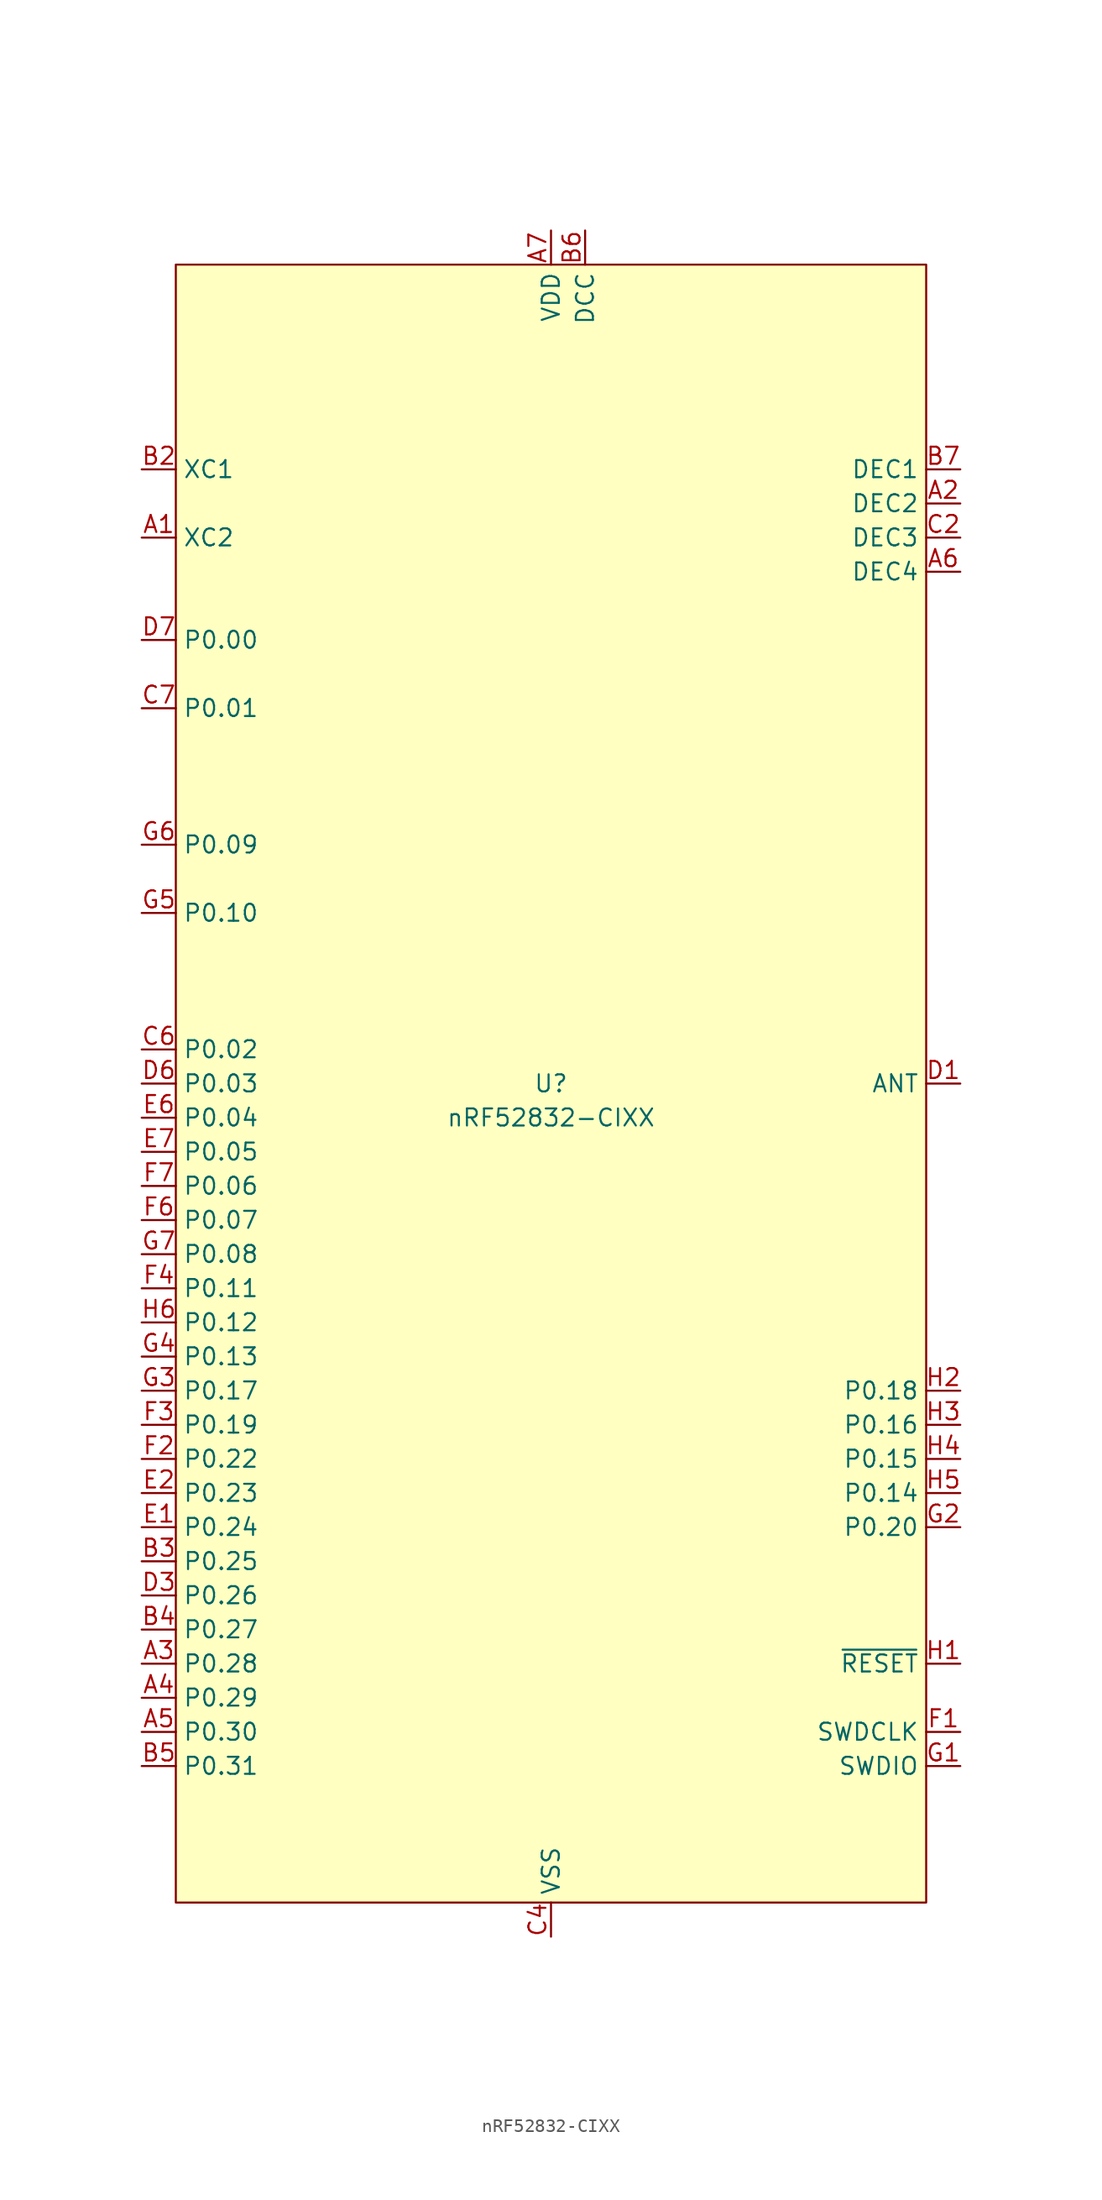
<source format=kicad_sym>
(kicad_symbol_lib
  (version 20241209)
  (generator "kicad_symbol_editor")
  (generator_version "9.0")
  (symbol "nRF52832-CIXX"
    (property "Reference" "U"
      (at 0 0 0)
      (do_not_autoplace)
      (effects (font (size 1.27 1.27))))
    (property "Value" "nRF52832-CIXX"
      (at 0 -2.54 0)
      (do_not_autoplace)
      (effects (font (size 1.27 1.27))))
    (symbol "nRF52832-CIXX_0_0"
      (pin input line (at -30.48 45.72 0) (length 2.54) (name "XC1" (effects (font (size 1.27 1.27)))) (number "B2" (effects (font (size 1.27 1.27)))))
      (pin input line (at -30.48 40.64 0) (length 2.54) (name "XC2" (effects (font (size 1.27 1.27)))) (number "A1" (effects (font (size 1.27 1.27)))))
      (pin bidirectional line (at -30.48 -7.62 0) (length 2.54) (name "P0.06" (effects (font (size 1.27 1.27)))) (number "F7" (effects (font (size 1.27 1.27)))))
      (pin bidirectional line (at -30.48 -10.16 0) (length 2.54) (name "P0.07" (effects (font (size 1.27 1.27)))) (number "F6" (effects (font (size 1.27 1.27)))))
      (pin bidirectional line (at -30.48 -12.7 0) (length 2.54) (name "P0.08" (effects (font (size 1.27 1.27)))) (number "G7" (effects (font (size 1.27 1.27)))))
      (pin bidirectional line (at -30.48 -15.24 0) (length 2.54) (name "P0.11" (effects (font (size 1.27 1.27)))) (number "F4" (effects (font (size 1.27 1.27)))))
      (pin bidirectional line (at -30.48 -17.78 0) (length 2.54) (name "P0.12" (effects (font (size 1.27 1.27)))) (number "H6" (effects (font (size 1.27 1.27)))))
      (pin bidirectional line (at -30.48 -20.32 0) (length 2.54) (name "P0.13" (effects (font (size 1.27 1.27)))) (number "G4" (effects (font (size 1.27 1.27)))))
      (pin bidirectional line (at -30.48 -22.86 0) (length 2.54) (name "P0.17" (effects (font (size 1.27 1.27)))) (number "G3" (effects (font (size 1.27 1.27)))))
      (pin bidirectional line (at -30.48 -25.4 0) (length 2.54) (name "P0.19" (effects (font (size 1.27 1.27)))) (number "F3" (effects (font (size 1.27 1.27)))))
      (pin bidirectional line (at -30.48 -27.94 0) (length 2.54) (name "P0.22" (effects (font (size 1.27 1.27)))) (number "F2" (effects (font (size 1.27 1.27)))))
      (pin bidirectional line (at -30.48 -30.48 0) (length 2.54) (name "P0.23" (effects (font (size 1.27 1.27)))) (number "E2" (effects (font (size 1.27 1.27)))))
      (pin bidirectional line (at -30.48 -33.02 0) (length 2.54) (name "P0.24" (effects (font (size 1.27 1.27)))) (number "E1" (effects (font (size 1.27 1.27)))))
      (pin bidirectional line (at -30.48 -35.56 0) (length 2.54) (name "P0.25" (effects (font (size 1.27 1.27)))) (number "B3" (effects (font (size 1.27 1.27)))))
      (pin bidirectional line (at -30.48 -38.1 0) (length 2.54) (name "P0.26" (effects (font (size 1.27 1.27)))) (number "D3" (effects (font (size 1.27 1.27)))))
      (pin bidirectional line (at -30.48 -40.64 0) (length 2.54) (name "P0.27" (effects (font (size 1.27 1.27)))) (number "B4" (effects (font (size 1.27 1.27)))))
      (pin power_in line (at 0 63.5 270) (length 2.54) (name "VDD" (effects (font (size 1.27 1.27)))) (number "A7" (effects (font (size 1.27 1.27)))))
      (pin power_in line (at 0 -63.5 90) (length 2.54) (name "VSS" (effects (font (size 1.27 1.27)))) (number "C4" (effects (font (size 1.27 1.27)))))
      (pin power_out line (at 2.54 63.5 270) (length 2.54) (name "DCC" (effects (font (size 1.27 1.27)))) (number "B6" (effects (font (size 1.27 1.27)))))
      (pin bidirectional line (at 30.48 0 180) (length 2.54) (name "ANT" (effects (font (size 1.27 1.27)))) (number "D1" (effects (font (size 1.27 1.27)))))
      (pin input line (at 30.48 -48.26 180) (length 2.54) (name "SWDCLK" (effects (font (size 1.27 1.27)))) (number "F1" (effects (font (size 1.27 1.27)))))
      (pin bidirectional line (at 30.48 -50.8 180) (length 2.54) (name "SWDIO" (effects (font (size 1.27 1.27)))) (number "G1" (effects (font (size 1.27 1.27))))))
    (symbol "nRF52832-CIXX_1_0"
      (pin bidirectional line (at -30.48 33.02 0) (length 2.54) (name "P0.00" (effects (font (size 1.27 1.27)))) (number "D7" (effects (font (size 1.27 1.27)))) (alternate "XL1" input line))
      (pin bidirectional line (at -30.48 27.94 0) (length 2.54) (name "P0.01" (effects (font (size 1.27 1.27)))) (number "C7" (effects (font (size 1.27 1.27)))) (alternate "XL2" input line))
      (pin bidirectional line (at -30.48 17.78 0) (length 2.54) (name "P0.09" (effects (font (size 1.27 1.27)))) (number "G6" (effects (font (size 1.27 1.27)))) (alternate "NFC1" input line))
      (pin bidirectional line (at -30.48 12.7 0) (length 2.54) (name "P0.10" (effects (font (size 1.27 1.27)))) (number "G5" (effects (font (size 1.27 1.27)))) (alternate "NFC2" input line))
      (pin bidirectional line (at -30.48 2.54 0) (length 2.54) (name "P0.02" (effects (font (size 1.27 1.27)))) (number "C6" (effects (font (size 1.27 1.27)))) (alternate "AIN0" input line))
      (pin bidirectional line (at -30.48 0 0) (length 2.54) (name "P0.03" (effects (font (size 1.27 1.27)))) (number "D6" (effects (font (size 1.27 1.27)))) (alternate "AIN1" input line))
      (pin bidirectional line (at -30.48 -2.54 0) (length 2.54) (name "P0.04" (effects (font (size 1.27 1.27)))) (number "E6" (effects (font (size 1.27 1.27)))) (alternate "AIN2" input line))
      (pin bidirectional line (at -30.48 -5.08 0) (length 2.54) (name "P0.05" (effects (font (size 1.27 1.27)))) (number "E7" (effects (font (size 1.27 1.27)))) (alternate "AIN3" input line))
      (pin bidirectional line (at -30.48 -43.18 0) (length 2.54) (name "P0.28" (effects (font (size 1.27 1.27)))) (number "A3" (effects (font (size 1.27 1.27)))) (alternate "AIN4" input line))
      (pin bidirectional line (at -30.48 -45.72 0) (length 2.54) (name "P0.29" (effects (font (size 1.27 1.27)))) (number "A4" (effects (font (size 1.27 1.27)))) (alternate "AIN5" input line))
      (pin bidirectional line (at -30.48 -48.26 0) (length 2.54) (name "P0.30" (effects (font (size 1.27 1.27)))) (number "A5" (effects (font (size 1.27 1.27)))) (alternate "AIN6" input line))
      (pin bidirectional line (at -30.48 -50.8 0) (length 2.54) (name "P0.31" (effects (font (size 1.27 1.27)))) (number "B5" (effects (font (size 1.27 1.27)))) (alternate "AIN7" input line))
      (pin no_connect line (at -27.94 -53.34 0) (length 2.54) (hide yes) (name "NC" (effects (font (size 1.27 1.27)))) (number "C3" (effects (font (size 1.27 1.27)))))
      (pin passive line (at 0 63.5 270) (length 2.54) (hide yes) (name "VDD" (effects (font (size 1.27 1.27)))) (number "H7" (effects (font (size 1.27 1.27)))))
      (pin passive line (at 0 -63.5 90) (length 2.54) (hide yes) (name "VSS" (effects (font (size 1.27 1.27)))) (number "C5" (effects (font (size 1.27 1.27)))))
      (pin passive line (at 0 -63.5 90) (length 2.54) (hide yes) (name "VSS_PA" (effects (font (size 1.27 1.27)))) (number "D2" (effects (font (size 1.27 1.27)))))
      (pin passive line (at 0 -63.5 90) (length 2.54) (hide yes) (name "VSS" (effects (font (size 1.27 1.27)))) (number "E3" (effects (font (size 1.27 1.27)))))
      (pin passive line (at 0 -63.5 90) (length 2.54) (hide yes) (name "VSS" (effects (font (size 1.27 1.27)))) (number "F5" (effects (font (size 1.27 1.27)))))
      (pin passive line (at 30.48 45.72 180) (length 2.54) (name "DEC1" (effects (font (size 1.27 1.27)))) (number "B7" (effects (font (size 1.27 1.27)))))
      (pin passive line (at 30.48 43.18 180) (length 2.54) (name "DEC2" (effects (font (size 1.27 1.27)))) (number "A2" (effects (font (size 1.27 1.27)))))
      (pin passive line (at 30.48 40.64 180) (length 2.54) (name "DEC3" (effects (font (size 1.27 1.27)))) (number "C2" (effects (font (size 1.27 1.27)))))
      (pin passive line (at 30.48 38.1 180) (length 2.54) (name "DEC4" (effects (font (size 1.27 1.27)))) (number "A6" (effects (font (size 1.27 1.27)))))
      (pin bidirectional line (at 30.48 -22.86 180) (length 2.54) (name "P0.18" (effects (font (size 1.27 1.27)))) (number "H2" (effects (font (size 1.27 1.27)))) (alternate "TRACEDATA[0]" output line))
      (pin bidirectional line (at 30.48 -25.4 180) (length 2.54) (name "P0.16" (effects (font (size 1.27 1.27)))) (number "H3" (effects (font (size 1.27 1.27)))) (alternate "TRACEDATA[1]" output line))
      (pin bidirectional line (at 30.48 -27.94 180) (length 2.54) (name "P0.15" (effects (font (size 1.27 1.27)))) (number "H4" (effects (font (size 1.27 1.27)))) (alternate "TRACEDATA[2]" output line))
      (pin bidirectional line (at 30.48 -30.48 180) (length 2.54) (name "P0.14" (effects (font (size 1.27 1.27)))) (number "H5" (effects (font (size 1.27 1.27)))) (alternate "TRACEDATA[3]" output line))
      (pin bidirectional line (at 30.48 -33.02 180) (length 2.54) (name "P0.20" (effects (font (size 1.27 1.27)))) (number "G2" (effects (font (size 1.27 1.27)))) (alternate "TRACECLK" input line))
      (pin input line (at 30.48 -43.18 180) (length 2.54) (name "~{RESET}" (effects (font (size 1.27 1.27)))) (number "H1" (effects (font (size 1.27 1.27)))) (alternate "P0.21" bidirectional line)))
    (symbol "nRF52832-CIXX_1_1"
      (rectangle (start -27.94 60.96) (end 27.94 -60.96) (stroke (width 0) (type default)) (fill (type background))))))
</source>
